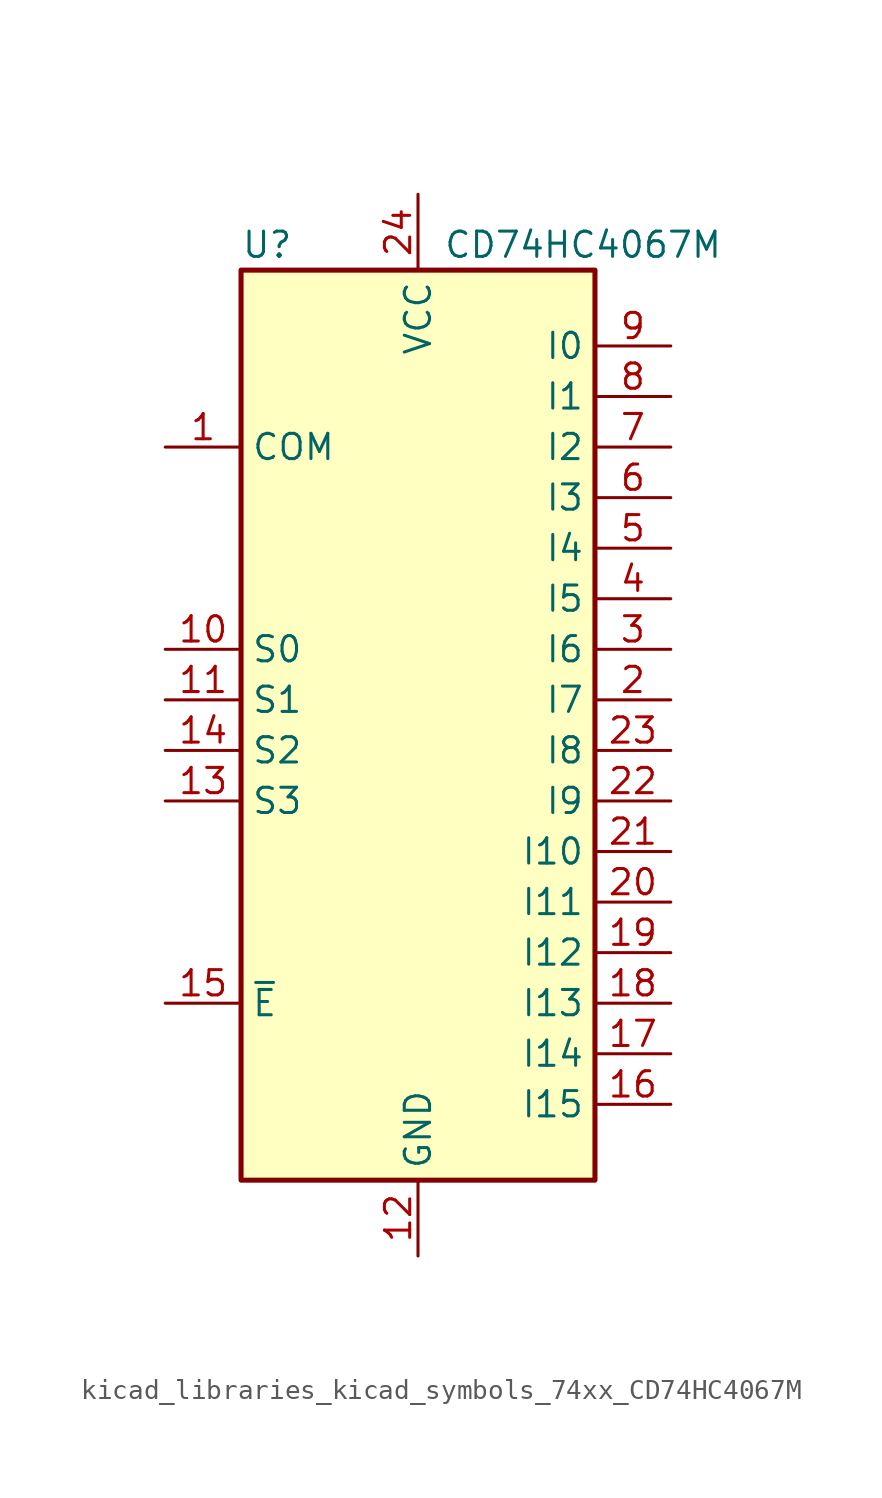
<source format=kicad_sym>
(kicad_symbol_lib
  (version 20220914)
  (generator kicad_symbol_editor)
  (symbol "kicad_libraries_kicad_symbols_74xx_CD74HC4067M"
    (property "Reference" "U"
      (at -8.89 22.86 0)
      (effects (font (size 1.27 1.27)) (justify left)))
    (property "Value" "CD74HC4067M"
      (at 1.27 22.86 0)
      (effects (font (size 1.27 1.27)) (justify left)))
    (symbol "kicad_libraries_kicad_symbols_74xx_CD74HC4067M_0_1"
      (rectangle (start -8.89 21.59) (end 8.89 -24.13) (stroke (width 0.254) (type default)) (fill (type background))))
    (symbol "kicad_libraries_kicad_symbols_74xx_CD74HC4067M_1_1"
      (pin passive line (at -12.7 12.7 0) (length 3.81) (name "COM" (effects (font (size 1.27 1.27)))) (number "1" (effects (font (size 1.27 1.27)))))
      (pin input line (at -12.7 2.54 0) (length 3.81) (name "S0" (effects (font (size 1.27 1.27)))) (number "10" (effects (font (size 1.27 1.27)))))
      (pin input line (at -12.7 0 0) (length 3.81) (name "S1" (effects (font (size 1.27 1.27)))) (number "11" (effects (font (size 1.27 1.27)))))
      (pin power_in line (at 0 -27.94 90) (length 3.81) (name "GND" (effects (font (size 1.27 1.27)))) (number "12" (effects (font (size 1.27 1.27)))))
      (pin input line (at -12.7 -5.08 0) (length 3.81) (name "S3" (effects (font (size 1.27 1.27)))) (number "13" (effects (font (size 1.27 1.27)))))
      (pin input line (at -12.7 -2.54 0) (length 3.81) (name "S2" (effects (font (size 1.27 1.27)))) (number "14" (effects (font (size 1.27 1.27)))))
      (pin input line (at -12.7 -15.24 0) (length 3.81) (name "~{E}" (effects (font (size 1.27 1.27)))) (number "15" (effects (font (size 1.27 1.27)))))
      (pin passive line (at 12.7 -20.32 180) (length 3.81) (name "I15" (effects (font (size 1.27 1.27)))) (number "16" (effects (font (size 1.27 1.27)))))
      (pin passive line (at 12.7 -17.78 180) (length 3.81) (name "I14" (effects (font (size 1.27 1.27)))) (number "17" (effects (font (size 1.27 1.27)))))
      (pin passive line (at 12.7 -15.24 180) (length 3.81) (name "I13" (effects (font (size 1.27 1.27)))) (number "18" (effects (font (size 1.27 1.27)))))
      (pin passive line (at 12.7 -12.7 180) (length 3.81) (name "I12" (effects (font (size 1.27 1.27)))) (number "19" (effects (font (size 1.27 1.27)))))
      (pin passive line (at 12.7 0 180) (length 3.81) (name "I7" (effects (font (size 1.27 1.27)))) (number "2" (effects (font (size 1.27 1.27)))))
      (pin passive line (at 12.7 -10.16 180) (length 3.81) (name "I11" (effects (font (size 1.27 1.27)))) (number "20" (effects (font (size 1.27 1.27)))))
      (pin passive line (at 12.7 -7.62 180) (length 3.81) (name "I10" (effects (font (size 1.27 1.27)))) (number "21" (effects (font (size 1.27 1.27)))))
      (pin passive line (at 12.7 -5.08 180) (length 3.81) (name "I9" (effects (font (size 1.27 1.27)))) (number "22" (effects (font (size 1.27 1.27)))))
      (pin passive line (at 12.7 -2.54 180) (length 3.81) (name "I8" (effects (font (size 1.27 1.27)))) (number "23" (effects (font (size 1.27 1.27)))))
      (pin power_in line (at 0 25.4 270) (length 3.81) (name "VCC" (effects (font (size 1.27 1.27)))) (number "24" (effects (font (size 1.27 1.27)))))
      (pin passive line (at 12.7 2.54 180) (length 3.81) (name "I6" (effects (font (size 1.27 1.27)))) (number "3" (effects (font (size 1.27 1.27)))))
      (pin passive line (at 12.7 5.08 180) (length 3.81) (name "I5" (effects (font (size 1.27 1.27)))) (number "4" (effects (font (size 1.27 1.27)))))
      (pin passive line (at 12.7 7.62 180) (length 3.81) (name "I4" (effects (font (size 1.27 1.27)))) (number "5" (effects (font (size 1.27 1.27)))))
      (pin passive line (at 12.7 10.16 180) (length 3.81) (name "I3" (effects (font (size 1.27 1.27)))) (number "6" (effects (font (size 1.27 1.27)))))
      (pin passive line (at 12.7 12.7 180) (length 3.81) (name "I2" (effects (font (size 1.27 1.27)))) (number "7" (effects (font (size 1.27 1.27)))))
      (pin passive line (at 12.7 15.24 180) (length 3.81) (name "I1" (effects (font (size 1.27 1.27)))) (number "8" (effects (font (size 1.27 1.27)))))
      (pin passive line (at 12.7 17.78 180) (length 3.81) (name "I0" (effects (font (size 1.27 1.27)))) (number "9" (effects (font (size 1.27 1.27))))))))
</source>
